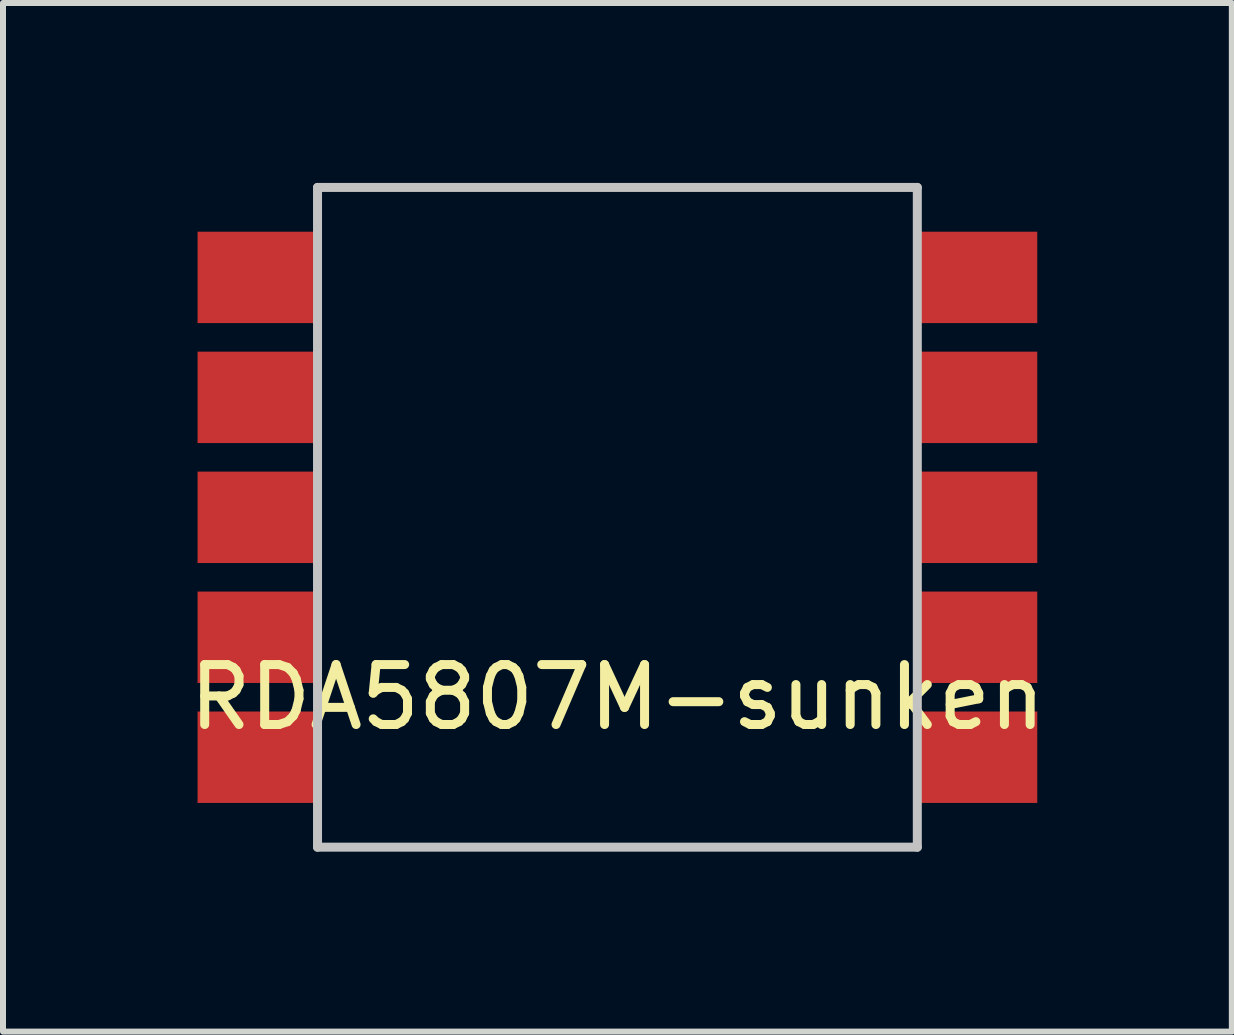
<source format=kicad_pcb>
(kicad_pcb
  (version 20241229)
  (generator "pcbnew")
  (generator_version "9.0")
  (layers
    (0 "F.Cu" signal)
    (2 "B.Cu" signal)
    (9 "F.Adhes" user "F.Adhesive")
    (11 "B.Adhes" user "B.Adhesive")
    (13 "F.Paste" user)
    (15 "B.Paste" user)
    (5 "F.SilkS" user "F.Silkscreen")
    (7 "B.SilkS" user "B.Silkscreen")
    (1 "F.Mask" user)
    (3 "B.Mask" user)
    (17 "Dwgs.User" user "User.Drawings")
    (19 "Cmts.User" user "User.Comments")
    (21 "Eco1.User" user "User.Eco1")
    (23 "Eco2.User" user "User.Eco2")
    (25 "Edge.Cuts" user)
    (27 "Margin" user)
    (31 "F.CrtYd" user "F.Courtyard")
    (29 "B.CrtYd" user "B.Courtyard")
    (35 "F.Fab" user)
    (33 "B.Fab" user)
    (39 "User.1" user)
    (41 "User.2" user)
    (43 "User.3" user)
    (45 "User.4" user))
  (footprint "RDA5807M-sunken"
    (layer "F.Cu")
    (at 7.244 5.575)
    (property "Reference" "RDA5807M-sunken" (at 0 3 0) (layer "F.SilkS") (effects (font (size 1 1) (thickness 0.15))))
    (attr through_hole)
    (fp_line (start -5 -5.5) (end 5 -5.5) (stroke (width 0.15) (type solid)) (layer "Dwgs.User"))
    (fp_line (start -5 5.5) (end -5 -5.5) (stroke (width 0.15) (type solid)) (layer "Dwgs.User"))
    (fp_line (start 5 -5.5) (end 5 5.5) (stroke (width 0.15) (type solid)) (layer "Dwgs.User"))
    (fp_line (start 5 5.5) (end -5 5.5) (stroke (width 0.15) (type solid)) (layer "Dwgs.User"))
    (pad "1" connect rect (at -6 -4) (size 2 1.524) (layers "F.Cu"))
    (pad "2" connect rect (at -6 -2) (size 2 1.524) (layers "F.Cu"))
    (pad "3" connect rect (at -6 0) (size 2 1.524) (layers "F.Cu"))
    (pad "4" connect rect (at -6 2) (size 2 1.524) (layers "F.Cu"))
    (pad "5" connect rect (at -6 4) (size 2 1.524) (layers "F.Cu"))
    (pad "6" connect rect (at 6 4) (size 2 1.524) (layers "F.Cu"))
    (pad "7" connect rect (at 6 2) (size 2 1.524) (layers "F.Cu"))
    (pad "8" connect rect (at 6 0) (size 2 1.524) (layers "F.Cu"))
    (pad "9" connect rect (at 6 -2) (size 2 1.524) (layers "F.Cu"))
    (pad "10" connect rect (at 6 -4) (size 2 1.524) (layers "F.Cu")))
  (gr_rect
    (start -3 -3)
    (end 17.488 14.15)
    (stroke (width 0.1) (type default))
    (fill no)
    (layer "Edge.Cuts")))
</source>
